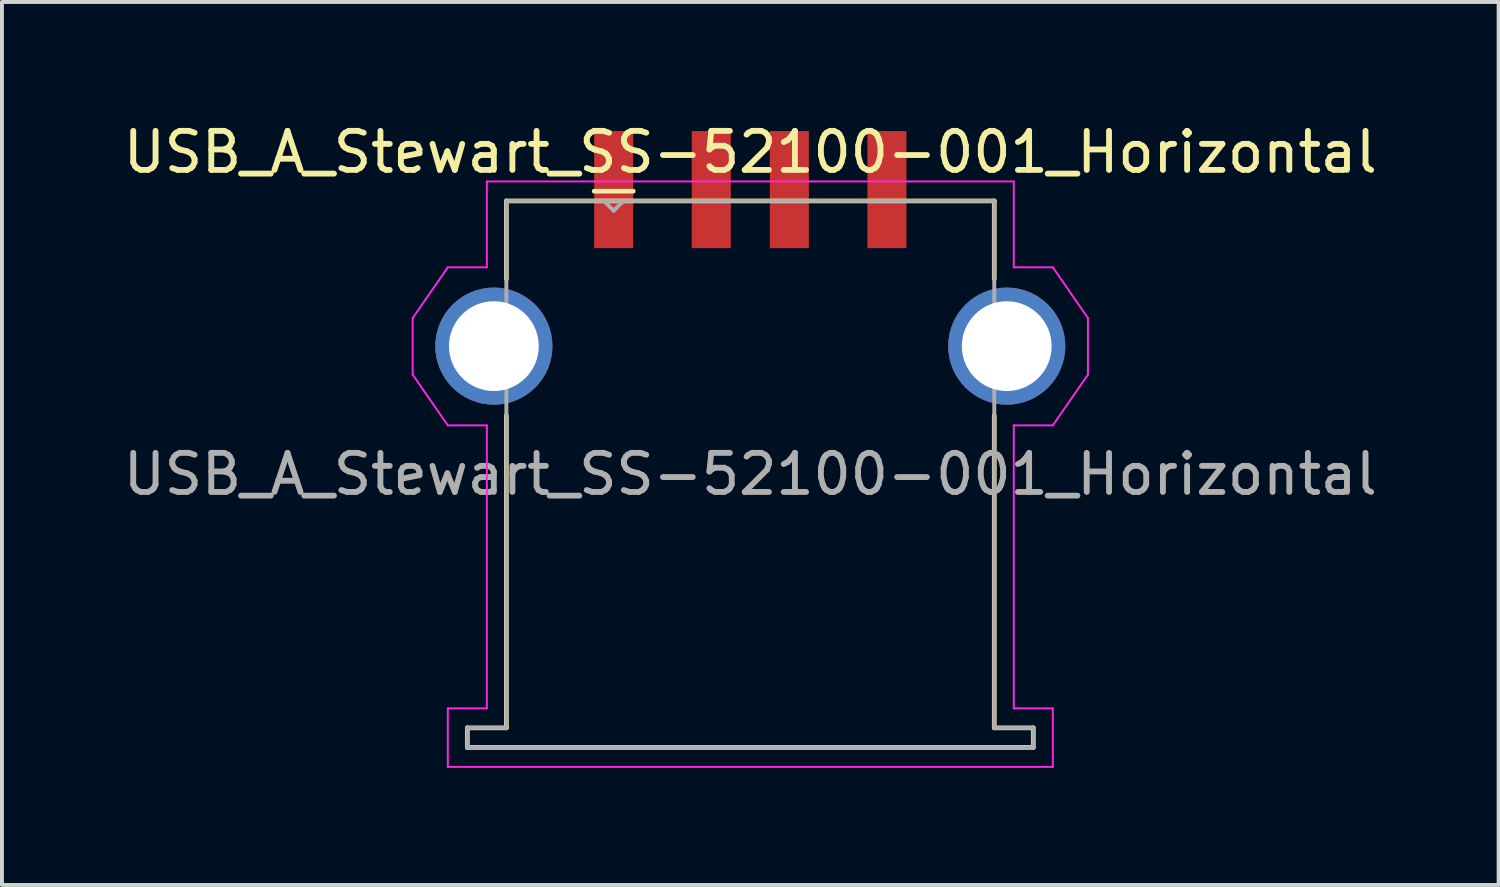
<source format=kicad_pcb>
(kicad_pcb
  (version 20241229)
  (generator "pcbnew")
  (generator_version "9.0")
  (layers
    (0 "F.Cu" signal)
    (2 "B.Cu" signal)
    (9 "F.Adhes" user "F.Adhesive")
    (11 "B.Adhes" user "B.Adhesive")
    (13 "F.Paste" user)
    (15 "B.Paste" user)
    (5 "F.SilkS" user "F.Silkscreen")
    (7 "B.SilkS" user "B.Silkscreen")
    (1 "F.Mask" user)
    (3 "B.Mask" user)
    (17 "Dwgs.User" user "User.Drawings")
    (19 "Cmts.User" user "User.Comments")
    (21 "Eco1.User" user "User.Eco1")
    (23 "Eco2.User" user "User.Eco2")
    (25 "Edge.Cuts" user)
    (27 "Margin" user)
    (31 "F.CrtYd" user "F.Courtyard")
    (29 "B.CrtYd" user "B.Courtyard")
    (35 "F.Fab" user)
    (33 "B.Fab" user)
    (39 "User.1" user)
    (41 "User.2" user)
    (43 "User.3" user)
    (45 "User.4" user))
  (footprint "USB_A_Stewart_SS-52100-001_Horizontal"
    (layer "F.Cu")
    (at 12.673 3.108)
    (property "Reference" "USB_A_Stewart_SS-52100-001_Horizontal" (at 3.5 -2.26 0) (layer "F.SilkS") (effects (font (size 1 1) (thickness 0.15))))
    (attr through_hole)
    (fp_line (start -3.75 12.49) (end -3.75 12.99) (stroke (width 0.12) (type solid)) (layer "F.SilkS"))
    (fp_line (start -3.75 12.99) (end 10.75 12.99) (stroke (width 0.12) (type solid)) (layer "F.SilkS"))
    (fp_line (start -2.75 -1.01) (end -2.75 0.99) (stroke (width 0.12) (type solid)) (layer "F.SilkS"))
    (fp_line (start -2.75 4.49) (end -2.75 12.49) (stroke (width 0.12) (type solid)) (layer "F.SilkS"))
    (fp_line (start -2.75 12.49) (end -3.75 12.49) (stroke (width 0.12) (type solid)) (layer "F.SilkS"))
    (fp_line (start -0.5 -1.26) (end 0.5 -1.26) (stroke (width 0.12) (type solid)) (layer "F.SilkS"))
    (fp_line (start 9.75 -1.01) (end -2.75 -1.01) (stroke (width 0.12) (type solid)) (layer "F.SilkS"))
    (fp_line (start 9.75 0.99) (end 9.75 -1.01) (stroke (width 0.12) (type solid)) (layer "F.SilkS"))
    (fp_line (start 9.75 12.49) (end 9.75 4.49) (stroke (width 0.12) (type solid)) (layer "F.SilkS"))
    (fp_line (start 10.75 12.49) (end 9.75 12.49) (stroke (width 0.12) (type solid)) (layer "F.SilkS"))
    (fp_line (start 10.75 12.99) (end 10.75 12.49) (stroke (width 0.12) (type solid)) (layer "F.SilkS"))
    (fp_line (start -5.15 1.99) (end -4.25 0.69) (stroke (width 0.05) (type solid)) (layer "F.CrtYd"))
    (fp_line (start -5.15 3.44) (end -5.15 1.99) (stroke (width 0.05) (type solid)) (layer "F.CrtYd"))
    (fp_line (start -5.15 3.44) (end -4.25 4.74) (stroke (width 0.05) (type solid)) (layer "F.CrtYd"))
    (fp_line (start -4.25 11.99) (end -4.25 13.49) (stroke (width 0.05) (type solid)) (layer "F.CrtYd"))
    (fp_line (start -4.25 13.49) (end 11.25 13.49) (stroke (width 0.05) (type solid)) (layer "F.CrtYd"))
    (fp_line (start -3.25 0.69) (end -4.25 0.69) (stroke (width 0.05) (type solid)) (layer "F.CrtYd"))
    (fp_line (start -3.25 0.69) (end -3.25 -1.51) (stroke (width 0.05) (type solid)) (layer "F.CrtYd"))
    (fp_line (start -3.25 4.74) (end -4.25 4.74) (stroke (width 0.05) (type solid)) (layer "F.CrtYd"))
    (fp_line (start -3.25 4.74) (end -3.25 11.99) (stroke (width 0.05) (type solid)) (layer "F.CrtYd"))
    (fp_line (start -3.25 11.99) (end -4.25 11.99) (stroke (width 0.05) (type solid)) (layer "F.CrtYd"))
    (fp_line (start 10.25 -1.51) (end -3.25 -1.51) (stroke (width 0.05) (type solid)) (layer "F.CrtYd"))
    (fp_line (start 10.25 0.69) (end 10.25 -1.51) (stroke (width 0.05) (type solid)) (layer "F.CrtYd"))
    (fp_line (start 10.25 0.69) (end 11.25 0.69) (stroke (width 0.05) (type solid)) (layer "F.CrtYd"))
    (fp_line (start 10.25 4.74) (end 11.25 4.74) (stroke (width 0.05) (type solid)) (layer "F.CrtYd"))
    (fp_line (start 10.25 11.99) (end 10.25 4.74) (stroke (width 0.05) (type solid)) (layer "F.CrtYd"))
    (fp_line (start 11.25 11.99) (end 10.25 11.99) (stroke (width 0.05) (type solid)) (layer "F.CrtYd"))
    (fp_line (start 11.25 13.49) (end 11.25 11.99) (stroke (width 0.05) (type solid)) (layer "F.CrtYd"))
    (fp_line (start 12.15 1.99) (end 11.25 0.69) (stroke (width 0.05) (type solid)) (layer "F.CrtYd"))
    (fp_line (start 12.15 1.99) (end 12.15 3.44) (stroke (width 0.05) (type solid)) (layer "F.CrtYd"))
    (fp_line (start 12.15 3.44) (end 11.25 4.74) (stroke (width 0.05) (type solid)) (layer "F.CrtYd"))
    (fp_line (start -3.75 12.49) (end -2.75 12.49) (stroke (width 0.1) (type solid)) (layer "F.Fab"))
    (fp_line (start -3.75 12.99) (end -3.75 12.49) (stroke (width 0.1) (type solid)) (layer "F.Fab"))
    (fp_line (start -3.75 12.99) (end 10.75 12.99) (stroke (width 0.1) (type solid)) (layer "F.Fab"))
    (fp_line (start -2.75 -1.01) (end 9.75 -1.01) (stroke (width 0.1) (type solid)) (layer "F.Fab"))
    (fp_line (start -2.75 12.49) (end -2.75 -1.01) (stroke (width 0.1) (type solid)) (layer "F.Fab"))
    (fp_line (start -0.25 -1.01) (end 0 -0.76) (stroke (width 0.1) (type solid)) (layer "F.Fab"))
    (fp_line (start 0 -0.76) (end 0.25 -1.01) (stroke (width 0.1) (type solid)) (layer "F.Fab"))
    (fp_line (start 9.75 12.49) (end 9.75 -1.01) (stroke (width 0.1) (type solid)) (layer "F.Fab"))
    (fp_line (start 9.75 12.49) (end 10.75 12.49) (stroke (width 0.1) (type solid)) (layer "F.Fab"))
    (fp_line (start 10.75 12.49) (end 10.75 12.99) (stroke (width 0.1) (type solid)) (layer "F.Fab"))
    (fp_text user "${REFERENCE}" (at 3.5 5.99 0) (layer "F.Fab") (effects (font (size 1 1) (thickness 0.15))))
    (pad "1" smd rect (at 0 -1.3) (size 1 3) (layers "F.Cu" "F.Mask" "F.Paste"))
    (pad "2" smd rect (at 2.5 -1.3) (size 1 3) (layers "F.Cu" "F.Mask" "F.Paste"))
    (pad "3" smd rect (at 4.5 -1.3) (size 1 3) (layers "F.Cu" "F.Mask" "F.Paste"))
    (pad "4" smd rect (at 7 -1.3) (size 1 3) (layers "F.Cu" "F.Mask" "F.Paste"))
    (pad "5" thru_hole circle (at -3.07 2.71) (size 3 3) (drill 2.3) (layers "*.Cu" "*.Mask"))
    (pad "5" thru_hole circle (at 10.07 2.71) (size 3 3) (drill 2.3) (layers "*.Cu" "*.Mask")))
  (gr_rect
    (start -3 -3)
    (end 35.345 19.623)
    (stroke (width 0.1) (type default))
    (fill no)
    (layer "Edge.Cuts")))
</source>
